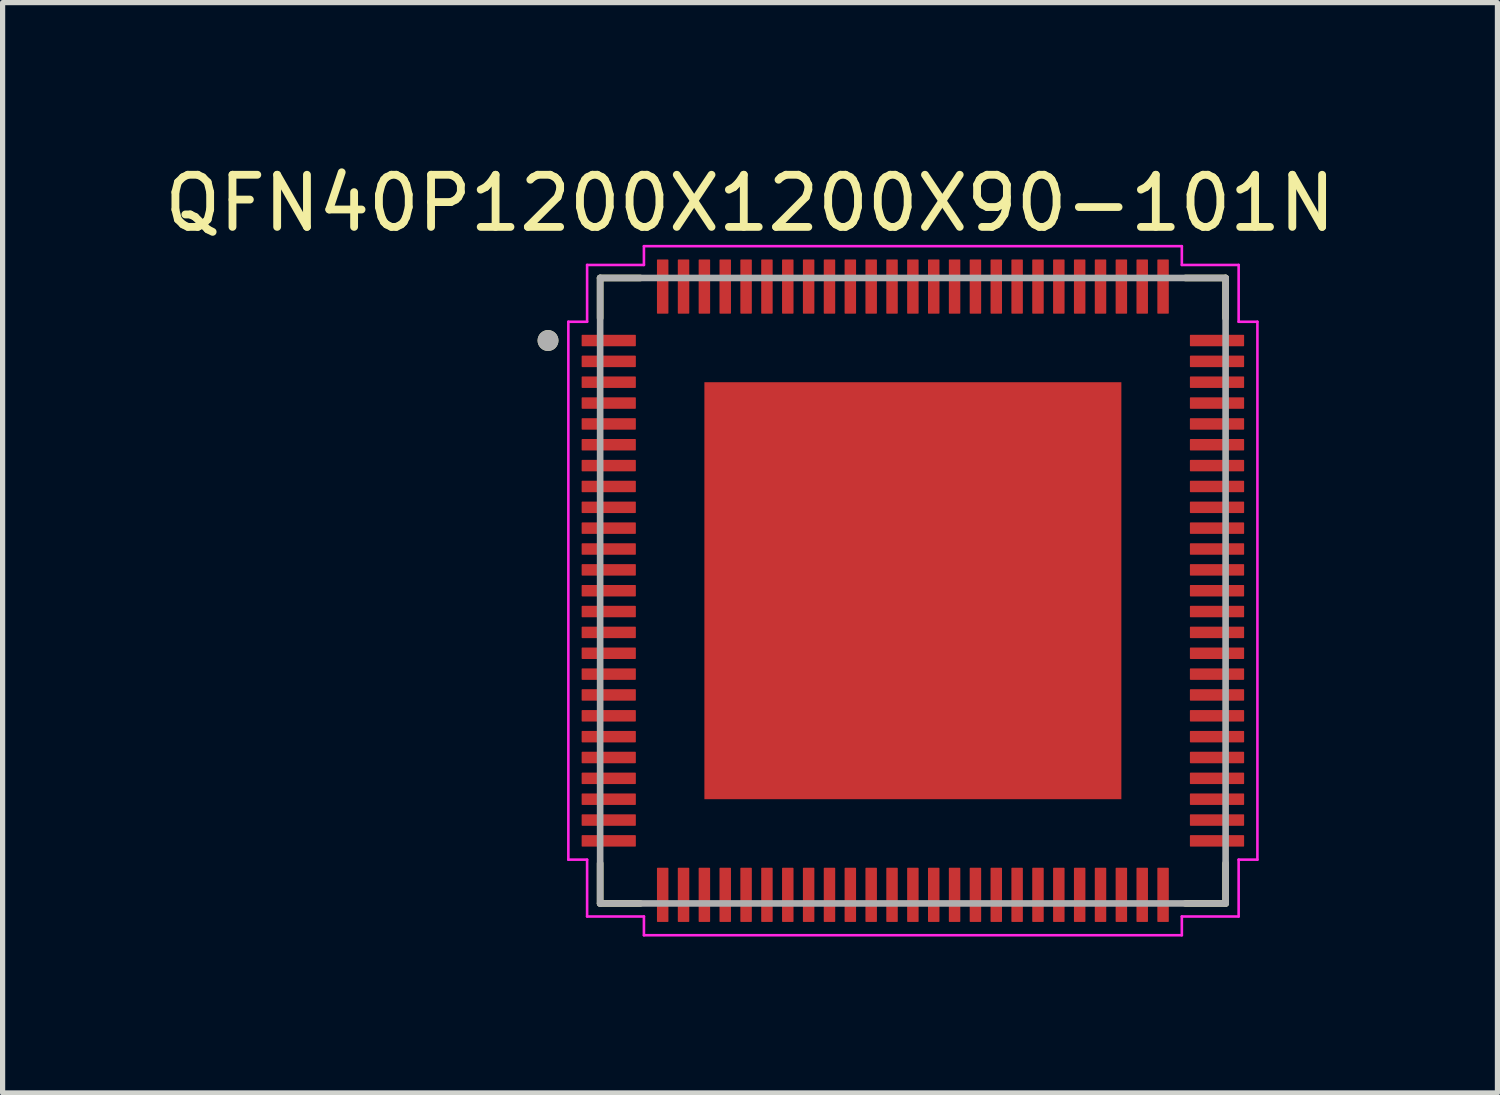
<source format=kicad_pcb>
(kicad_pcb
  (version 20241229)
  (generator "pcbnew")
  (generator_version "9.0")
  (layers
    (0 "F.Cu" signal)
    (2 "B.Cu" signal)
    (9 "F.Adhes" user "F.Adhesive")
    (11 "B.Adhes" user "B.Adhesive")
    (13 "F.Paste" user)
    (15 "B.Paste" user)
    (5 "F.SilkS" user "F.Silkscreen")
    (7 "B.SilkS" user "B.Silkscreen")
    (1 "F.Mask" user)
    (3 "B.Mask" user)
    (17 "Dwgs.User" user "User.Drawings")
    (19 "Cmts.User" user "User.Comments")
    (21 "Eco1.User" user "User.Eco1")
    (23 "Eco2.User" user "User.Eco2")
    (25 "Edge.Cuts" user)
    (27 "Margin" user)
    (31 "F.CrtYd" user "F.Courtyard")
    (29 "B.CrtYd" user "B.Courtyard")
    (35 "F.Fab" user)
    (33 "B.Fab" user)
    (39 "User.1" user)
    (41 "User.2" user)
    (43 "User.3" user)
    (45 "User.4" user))
  (footprint "QFN40P1200X1200X90-101N"
    (layer "F.Cu")
    (at 14.464 8.283)
    (property "Reference" "QFN40P1200X1200X90-101N" (at -3.125 -7.435 0) (layer "F.SilkS") (effects (font (size 1 1) (thickness 0.15))))
    (attr through_hole)
    (fp_line (start -6 -6) (end -5.23 -6) (stroke (width 0.127) (type solid)) (layer "F.SilkS"))
    (fp_line (start -6 -5.23) (end -6 -6) (stroke (width 0.127) (type solid)) (layer "F.SilkS"))
    (fp_line (start -6 6) (end -6 5.23) (stroke (width 0.127) (type solid)) (layer "F.SilkS"))
    (fp_line (start -5.23 6) (end -6 6) (stroke (width 0.127) (type solid)) (layer "F.SilkS"))
    (fp_line (start 5.23 -6) (end 6 -6) (stroke (width 0.127) (type solid)) (layer "F.SilkS"))
    (fp_line (start 6 -6) (end 6 -5.23) (stroke (width 0.127) (type solid)) (layer "F.SilkS"))
    (fp_line (start 6 5.23) (end 6 6) (stroke (width 0.127) (type solid)) (layer "F.SilkS"))
    (fp_line (start 6 6) (end 5.23 6) (stroke (width 0.127) (type solid)) (layer "F.SilkS"))
    (fp_circle (center -7 -4.8) (end -6.9 -4.8) (stroke (width 0.2) (type solid)) (fill no) (layer "F.SilkS"))
    (fp_poly (pts (xy -3.705 -3.705) (xy -2.295 -3.705) (xy -2.295 -2.295) (xy -3.705 -2.295)) (stroke (width 0.01) (type solid)) (fill yes) (layer "F.Paste"))
    (fp_poly (pts (xy -3.705 -1.705) (xy -2.295 -1.705) (xy -2.295 -0.295) (xy -3.705 -0.295)) (stroke (width 0.01) (type solid)) (fill yes) (layer "F.Paste"))
    (fp_poly (pts (xy -3.705 0.295) (xy -2.295 0.295) (xy -2.295 1.705) (xy -3.705 1.705)) (stroke (width 0.01) (type solid)) (fill yes) (layer "F.Paste"))
    (fp_poly (pts (xy -3.705 2.295) (xy -2.295 2.295) (xy -2.295 3.705) (xy -3.705 3.705)) (stroke (width 0.01) (type solid)) (fill yes) (layer "F.Paste"))
    (fp_poly (pts (xy -1.705 -3.705) (xy -0.295 -3.705) (xy -0.295 -2.295) (xy -1.705 -2.295)) (stroke (width 0.01) (type solid)) (fill yes) (layer "F.Paste"))
    (fp_poly (pts (xy -1.705 -1.705) (xy -0.295 -1.705) (xy -0.295 -0.295) (xy -1.705 -0.295)) (stroke (width 0.01) (type solid)) (fill yes) (layer "F.Paste"))
    (fp_poly (pts (xy -1.705 0.295) (xy -0.295 0.295) (xy -0.295 1.705) (xy -1.705 1.705)) (stroke (width 0.01) (type solid)) (fill yes) (layer "F.Paste"))
    (fp_poly (pts (xy -1.705 0.295) (xy -0.295 0.295) (xy -0.295 1.705) (xy -1.705 1.705)) (stroke (width 0.01) (type solid)) (fill yes) (layer "F.Paste"))
    (fp_poly (pts (xy -1.705 2.295) (xy -0.295 2.295) (xy -0.295 3.705) (xy -1.705 3.705)) (stroke (width 0.01) (type solid)) (fill yes) (layer "F.Paste"))
    (fp_poly (pts (xy 0.295 -3.705) (xy 1.705 -3.705) (xy 1.705 -2.295) (xy 0.295 -2.295)) (stroke (width 0.01) (type solid)) (fill yes) (layer "F.Paste"))
    (fp_poly (pts (xy 0.295 -1.705) (xy 1.705 -1.705) (xy 1.705 -0.295) (xy 0.295 -0.295)) (stroke (width 0.01) (type solid)) (fill yes) (layer "F.Paste"))
    (fp_poly (pts (xy 0.295 0.295) (xy 1.705 0.295) (xy 1.705 1.705) (xy 0.295 1.705)) (stroke (width 0.01) (type solid)) (fill yes) (layer "F.Paste"))
    (fp_poly (pts (xy 0.295 2.295) (xy 1.705 2.295) (xy 1.705 3.705) (xy 0.295 3.705)) (stroke (width 0.01) (type solid)) (fill yes) (layer "F.Paste"))
    (fp_poly (pts (xy 2.295 -3.705) (xy 3.705 -3.705) (xy 3.705 -2.295) (xy 2.295 -2.295)) (stroke (width 0.01) (type solid)) (fill yes) (layer "F.Paste"))
    (fp_poly (pts (xy 2.295 -1.705) (xy 3.705 -1.705) (xy 3.705 -0.295) (xy 2.295 -0.295)) (stroke (width 0.01) (type solid)) (fill yes) (layer "F.Paste"))
    (fp_poly (pts (xy 2.295 0.295) (xy 3.705 0.295) (xy 3.705 1.705) (xy 2.295 1.705)) (stroke (width 0.01) (type solid)) (fill yes) (layer "F.Paste"))
    (fp_poly (pts (xy 2.295 2.295) (xy 3.705 2.295) (xy 3.705 3.705) (xy 2.295 3.705)) (stroke (width 0.01) (type solid)) (fill yes) (layer "F.Paste"))
    (fp_line (start -6.61 -5.16) (end -6.25 -5.16) (stroke (width 0.05) (type solid)) (layer "F.CrtYd"))
    (fp_line (start -6.61 5.16) (end -6.61 -5.16) (stroke (width 0.05) (type solid)) (layer "F.CrtYd"))
    (fp_line (start -6.25 -6.25) (end -5.16 -6.25) (stroke (width 0.05) (type solid)) (layer "F.CrtYd"))
    (fp_line (start -6.25 -5.16) (end -6.25 -6.25) (stroke (width 0.05) (type solid)) (layer "F.CrtYd"))
    (fp_line (start -6.25 5.16) (end -6.61 5.16) (stroke (width 0.05) (type solid)) (layer "F.CrtYd"))
    (fp_line (start -6.25 6.25) (end -6.25 5.16) (stroke (width 0.05) (type solid)) (layer "F.CrtYd"))
    (fp_line (start -5.16 -6.61) (end 5.16 -6.61) (stroke (width 0.05) (type solid)) (layer "F.CrtYd"))
    (fp_line (start -5.16 -6.25) (end -5.16 -6.61) (stroke (width 0.05) (type solid)) (layer "F.CrtYd"))
    (fp_line (start -5.16 6.25) (end -6.25 6.25) (stroke (width 0.05) (type solid)) (layer "F.CrtYd"))
    (fp_line (start -5.16 6.61) (end -5.16 6.25) (stroke (width 0.05) (type solid)) (layer "F.CrtYd"))
    (fp_line (start 5.16 -6.61) (end 5.16 -6.25) (stroke (width 0.05) (type solid)) (layer "F.CrtYd"))
    (fp_line (start 5.16 -6.25) (end 6.25 -6.25) (stroke (width 0.05) (type solid)) (layer "F.CrtYd"))
    (fp_line (start 5.16 6.25) (end 5.16 6.61) (stroke (width 0.05) (type solid)) (layer "F.CrtYd"))
    (fp_line (start 5.16 6.61) (end -5.16 6.61) (stroke (width 0.05) (type solid)) (layer "F.CrtYd"))
    (fp_line (start 6.25 -6.25) (end 6.25 -5.16) (stroke (width 0.05) (type solid)) (layer "F.CrtYd"))
    (fp_line (start 6.25 -5.16) (end 6.61 -5.16) (stroke (width 0.05) (type solid)) (layer "F.CrtYd"))
    (fp_line (start 6.25 5.16) (end 6.25 6.25) (stroke (width 0.05) (type solid)) (layer "F.CrtYd"))
    (fp_line (start 6.25 6.25) (end 5.16 6.25) (stroke (width 0.05) (type solid)) (layer "F.CrtYd"))
    (fp_line (start 6.61 -5.16) (end 6.61 5.16) (stroke (width 0.05) (type solid)) (layer "F.CrtYd"))
    (fp_line (start 6.61 5.16) (end 6.25 5.16) (stroke (width 0.05) (type solid)) (layer "F.CrtYd"))
    (fp_line (start -6 -6) (end 6 -6) (stroke (width 0.127) (type solid)) (layer "F.Fab"))
    (fp_line (start -6 6) (end -6 -6) (stroke (width 0.127) (type solid)) (layer "F.Fab"))
    (fp_line (start 6 -6) (end 6 6) (stroke (width 0.127) (type solid)) (layer "F.Fab"))
    (fp_line (start 6 6) (end -6 6) (stroke (width 0.127) (type solid)) (layer "F.Fab"))
    (fp_circle (center -7 -4.8) (end -6.9 -4.8) (stroke (width 0.2) (type solid)) (fill no) (layer "F.Fab"))
    (pad "1" smd roundrect (at -5.835 -4.8) (size 1.04 0.22) (layers "F.Cu" "F.Mask" "F.Paste") (roundrect_rratio 0.06))
    (pad "2" smd roundrect (at -5.835 -4.4) (size 1.04 0.22) (layers "F.Cu" "F.Mask" "F.Paste") (roundrect_rratio 0.06))
    (pad "3" smd roundrect (at -5.835 -4) (size 1.04 0.22) (layers "F.Cu" "F.Mask" "F.Paste") (roundrect_rratio 0.06))
    (pad "4" smd roundrect (at -5.835 -3.6) (size 1.04 0.22) (layers "F.Cu" "F.Mask" "F.Paste") (roundrect_rratio 0.06))
    (pad "5" smd roundrect (at -5.835 -3.2) (size 1.04 0.22) (layers "F.Cu" "F.Mask" "F.Paste") (roundrect_rratio 0.06))
    (pad "6" smd roundrect (at -5.835 -2.8) (size 1.04 0.22) (layers "F.Cu" "F.Mask" "F.Paste") (roundrect_rratio 0.06))
    (pad "7" smd roundrect (at -5.835 -2.4) (size 1.04 0.22) (layers "F.Cu" "F.Mask" "F.Paste") (roundrect_rratio 0.06))
    (pad "8" smd roundrect (at -5.835 -2) (size 1.04 0.22) (layers "F.Cu" "F.Mask" "F.Paste") (roundrect_rratio 0.06))
    (pad "9" smd roundrect (at -5.835 -1.6) (size 1.04 0.22) (layers "F.Cu" "F.Mask" "F.Paste") (roundrect_rratio 0.06))
    (pad "10" smd roundrect (at -5.835 -1.2) (size 1.04 0.22) (layers "F.Cu" "F.Mask" "F.Paste") (roundrect_rratio 0.06))
    (pad "11" smd roundrect (at -5.835 -0.8) (size 1.04 0.22) (layers "F.Cu" "F.Mask" "F.Paste") (roundrect_rratio 0.06))
    (pad "12" smd roundrect (at -5.835 -0.4) (size 1.04 0.22) (layers "F.Cu" "F.Mask" "F.Paste") (roundrect_rratio 0.06))
    (pad "13" smd roundrect (at -5.835 0) (size 1.04 0.22) (layers "F.Cu" "F.Mask" "F.Paste") (roundrect_rratio 0.06))
    (pad "14" smd roundrect (at -5.835 0.4) (size 1.04 0.22) (layers "F.Cu" "F.Mask" "F.Paste") (roundrect_rratio 0.06))
    (pad "15" smd roundrect (at -5.835 0.8) (size 1.04 0.22) (layers "F.Cu" "F.Mask" "F.Paste") (roundrect_rratio 0.06))
    (pad "16" smd roundrect (at -5.835 1.2) (size 1.04 0.22) (layers "F.Cu" "F.Mask" "F.Paste") (roundrect_rratio 0.06))
    (pad "17" smd roundrect (at -5.835 1.6) (size 1.04 0.22) (layers "F.Cu" "F.Mask" "F.Paste") (roundrect_rratio 0.06))
    (pad "18" smd roundrect (at -5.835 2) (size 1.04 0.22) (layers "F.Cu" "F.Mask" "F.Paste") (roundrect_rratio 0.06))
    (pad "19" smd roundrect (at -5.835 2.4) (size 1.04 0.22) (layers "F.Cu" "F.Mask" "F.Paste") (roundrect_rratio 0.06))
    (pad "20" smd roundrect (at -5.835 2.8) (size 1.04 0.22) (layers "F.Cu" "F.Mask" "F.Paste") (roundrect_rratio 0.06))
    (pad "21" smd roundrect (at -5.835 3.2) (size 1.04 0.22) (layers "F.Cu" "F.Mask" "F.Paste") (roundrect_rratio 0.06))
    (pad "22" smd roundrect (at -5.835 3.6) (size 1.04 0.22) (layers "F.Cu" "F.Mask" "F.Paste") (roundrect_rratio 0.06))
    (pad "23" smd roundrect (at -5.835 4) (size 1.04 0.22) (layers "F.Cu" "F.Mask" "F.Paste") (roundrect_rratio 0.06))
    (pad "24" smd roundrect (at -5.835 4.4) (size 1.04 0.22) (layers "F.Cu" "F.Mask" "F.Paste") (roundrect_rratio 0.06))
    (pad "25" smd roundrect (at -5.835 4.8) (size 1.04 0.22) (layers "F.Cu" "F.Mask" "F.Paste") (roundrect_rratio 0.06))
    (pad "26" smd roundrect (at -4.8 5.835) (size 0.22 1.04) (layers "F.Cu" "F.Mask" "F.Paste") (roundrect_rratio 0.06))
    (pad "27" smd roundrect (at -4.4 5.835) (size 0.22 1.04) (layers "F.Cu" "F.Mask" "F.Paste") (roundrect_rratio 0.06))
    (pad "28" smd roundrect (at -4 5.835) (size 0.22 1.04) (layers "F.Cu" "F.Mask" "F.Paste") (roundrect_rratio 0.06))
    (pad "29" smd roundrect (at -3.6 5.835) (size 0.22 1.04) (layers "F.Cu" "F.Mask" "F.Paste") (roundrect_rratio 0.06))
    (pad "30" smd roundrect (at -3.2 5.835) (size 0.22 1.04) (layers "F.Cu" "F.Mask" "F.Paste") (roundrect_rratio 0.06))
    (pad "31" smd roundrect (at -2.8 5.835) (size 0.22 1.04) (layers "F.Cu" "F.Mask" "F.Paste") (roundrect_rratio 0.06))
    (pad "32" smd roundrect (at -2.4 5.835) (size 0.22 1.04) (layers "F.Cu" "F.Mask" "F.Paste") (roundrect_rratio 0.06))
    (pad "33" smd roundrect (at -2 5.835) (size 0.22 1.04) (layers "F.Cu" "F.Mask" "F.Paste") (roundrect_rratio 0.06))
    (pad "34" smd roundrect (at -1.6 5.835) (size 0.22 1.04) (layers "F.Cu" "F.Mask" "F.Paste") (roundrect_rratio 0.06))
    (pad "35" smd roundrect (at -1.2 5.835) (size 0.22 1.04) (layers "F.Cu" "F.Mask" "F.Paste") (roundrect_rratio 0.06))
    (pad "36" smd roundrect (at -0.8 5.835) (size 0.22 1.04) (layers "F.Cu" "F.Mask" "F.Paste") (roundrect_rratio 0.06))
    (pad "37" smd roundrect (at -0.4 5.835) (size 0.22 1.04) (layers "F.Cu" "F.Mask" "F.Paste") (roundrect_rratio 0.06))
    (pad "38" smd roundrect (at 0 5.835) (size 0.22 1.04) (layers "F.Cu" "F.Mask" "F.Paste") (roundrect_rratio 0.06))
    (pad "39" smd roundrect (at 0.4 5.835) (size 0.22 1.04) (layers "F.Cu" "F.Mask" "F.Paste") (roundrect_rratio 0.06))
    (pad "40" smd roundrect (at 0.8 5.835) (size 0.22 1.04) (layers "F.Cu" "F.Mask" "F.Paste") (roundrect_rratio 0.06))
    (pad "41" smd roundrect (at 1.2 5.835) (size 0.22 1.04) (layers "F.Cu" "F.Mask" "F.Paste") (roundrect_rratio 0.06))
    (pad "42" smd roundrect (at 1.6 5.835) (size 0.22 1.04) (layers "F.Cu" "F.Mask" "F.Paste") (roundrect_rratio 0.06))
    (pad "43" smd roundrect (at 2 5.835) (size 0.22 1.04) (layers "F.Cu" "F.Mask" "F.Paste") (roundrect_rratio 0.06))
    (pad "44" smd roundrect (at 2.4 5.835) (size 0.22 1.04) (layers "F.Cu" "F.Mask" "F.Paste") (roundrect_rratio 0.06))
    (pad "45" smd roundrect (at 2.8 5.835) (size 0.22 1.04) (layers "F.Cu" "F.Mask" "F.Paste") (roundrect_rratio 0.06))
    (pad "46" smd roundrect (at 3.2 5.835) (size 0.22 1.04) (layers "F.Cu" "F.Mask" "F.Paste") (roundrect_rratio 0.06))
    (pad "47" smd roundrect (at 3.6 5.835) (size 0.22 1.04) (layers "F.Cu" "F.Mask" "F.Paste") (roundrect_rratio 0.06))
    (pad "48" smd roundrect (at 4 5.835) (size 0.22 1.04) (layers "F.Cu" "F.Mask" "F.Paste") (roundrect_rratio 0.06))
    (pad "49" smd roundrect (at 4.4 5.835) (size 0.22 1.04) (layers "F.Cu" "F.Mask" "F.Paste") (roundrect_rratio 0.06))
    (pad "50" smd roundrect (at 4.8 5.835) (size 0.22 1.04) (layers "F.Cu" "F.Mask" "F.Paste") (roundrect_rratio 0.06))
    (pad "51" smd roundrect (at 5.835 4.8) (size 1.04 0.22) (layers "F.Cu" "F.Mask" "F.Paste") (roundrect_rratio 0.06))
    (pad "52" smd roundrect (at 5.835 4.4) (size 1.04 0.22) (layers "F.Cu" "F.Mask" "F.Paste") (roundrect_rratio 0.06))
    (pad "53" smd roundrect (at 5.835 4) (size 1.04 0.22) (layers "F.Cu" "F.Mask" "F.Paste") (roundrect_rratio 0.06))
    (pad "54" smd roundrect (at 5.835 3.6) (size 1.04 0.22) (layers "F.Cu" "F.Mask" "F.Paste") (roundrect_rratio 0.06))
    (pad "55" smd roundrect (at 5.835 3.2) (size 1.04 0.22) (layers "F.Cu" "F.Mask" "F.Paste") (roundrect_rratio 0.06))
    (pad "56" smd roundrect (at 5.835 2.8) (size 1.04 0.22) (layers "F.Cu" "F.Mask" "F.Paste") (roundrect_rratio 0.06))
    (pad "57" smd roundrect (at 5.835 2.4) (size 1.04 0.22) (layers "F.Cu" "F.Mask" "F.Paste") (roundrect_rratio 0.06))
    (pad "58" smd roundrect (at 5.835 2) (size 1.04 0.22) (layers "F.Cu" "F.Mask" "F.Paste") (roundrect_rratio 0.06))
    (pad "59" smd roundrect (at 5.835 1.6) (size 1.04 0.22) (layers "F.Cu" "F.Mask" "F.Paste") (roundrect_rratio 0.06))
    (pad "60" smd roundrect (at 5.835 1.2) (size 1.04 0.22) (layers "F.Cu" "F.Mask" "F.Paste") (roundrect_rratio 0.06))
    (pad "61" smd roundrect (at 5.835 0.8) (size 1.04 0.22) (layers "F.Cu" "F.Mask" "F.Paste") (roundrect_rratio 0.06))
    (pad "62" smd roundrect (at 5.835 0.4) (size 1.04 0.22) (layers "F.Cu" "F.Mask" "F.Paste") (roundrect_rratio 0.06))
    (pad "63" smd roundrect (at 5.835 0) (size 1.04 0.22) (layers "F.Cu" "F.Mask" "F.Paste") (roundrect_rratio 0.06))
    (pad "64" smd roundrect (at 5.835 -0.4) (size 1.04 0.22) (layers "F.Cu" "F.Mask" "F.Paste") (roundrect_rratio 0.06))
    (pad "65" smd roundrect (at 5.835 -0.8) (size 1.04 0.22) (layers "F.Cu" "F.Mask" "F.Paste") (roundrect_rratio 0.06))
    (pad "66" smd roundrect (at 5.835 -1.2) (size 1.04 0.22) (layers "F.Cu" "F.Mask" "F.Paste") (roundrect_rratio 0.06))
    (pad "67" smd roundrect (at 5.835 -1.6) (size 1.04 0.22) (layers "F.Cu" "F.Mask" "F.Paste") (roundrect_rratio 0.06))
    (pad "68" smd roundrect (at 5.835 -2) (size 1.04 0.22) (layers "F.Cu" "F.Mask" "F.Paste") (roundrect_rratio 0.06))
    (pad "69" smd roundrect (at 5.835 -2.4) (size 1.04 0.22) (layers "F.Cu" "F.Mask" "F.Paste") (roundrect_rratio 0.06))
    (pad "70" smd roundrect (at 5.835 -2.8) (size 1.04 0.22) (layers "F.Cu" "F.Mask" "F.Paste") (roundrect_rratio 0.06))
    (pad "71" smd roundrect (at 5.835 -3.2) (size 1.04 0.22) (layers "F.Cu" "F.Mask" "F.Paste") (roundrect_rratio 0.06))
    (pad "72" smd roundrect (at 5.835 -3.6) (size 1.04 0.22) (layers "F.Cu" "F.Mask" "F.Paste") (roundrect_rratio 0.06))
    (pad "73" smd roundrect (at 5.835 -4) (size 1.04 0.22) (layers "F.Cu" "F.Mask" "F.Paste") (roundrect_rratio 0.06))
    (pad "74" smd roundrect (at 5.835 -4.4) (size 1.04 0.22) (layers "F.Cu" "F.Mask" "F.Paste") (roundrect_rratio 0.06))
    (pad "75" smd roundrect (at 5.835 -4.8) (size 1.04 0.22) (layers "F.Cu" "F.Mask" "F.Paste") (roundrect_rratio 0.06))
    (pad "76" smd roundrect (at 4.8 -5.835) (size 0.22 1.04) (layers "F.Cu" "F.Mask" "F.Paste") (roundrect_rratio 0.06))
    (pad "77" smd roundrect (at 4.4 -5.835) (size 0.22 1.04) (layers "F.Cu" "F.Mask" "F.Paste") (roundrect_rratio 0.06))
    (pad "78" smd roundrect (at 4 -5.835) (size 0.22 1.04) (layers "F.Cu" "F.Mask" "F.Paste") (roundrect_rratio 0.06))
    (pad "79" smd roundrect (at 3.6 -5.835) (size 0.22 1.04) (layers "F.Cu" "F.Mask" "F.Paste") (roundrect_rratio 0.06))
    (pad "80" smd roundrect (at 3.2 -5.835) (size 0.22 1.04) (layers "F.Cu" "F.Mask" "F.Paste") (roundrect_rratio 0.06))
    (pad "81" smd roundrect (at 2.8 -5.835) (size 0.22 1.04) (layers "F.Cu" "F.Mask" "F.Paste") (roundrect_rratio 0.06))
    (pad "82" smd roundrect (at 2.4 -5.835) (size 0.22 1.04) (layers "F.Cu" "F.Mask" "F.Paste") (roundrect_rratio 0.06))
    (pad "83" smd roundrect (at 2 -5.835) (size 0.22 1.04) (layers "F.Cu" "F.Mask" "F.Paste") (roundrect_rratio 0.06))
    (pad "84" smd roundrect (at 1.6 -5.835) (size 0.22 1.04) (layers "F.Cu" "F.Mask" "F.Paste") (roundrect_rratio 0.06))
    (pad "85" smd roundrect (at 1.2 -5.835) (size 0.22 1.04) (layers "F.Cu" "F.Mask" "F.Paste") (roundrect_rratio 0.06))
    (pad "86" smd roundrect (at 0.8 -5.835) (size 0.22 1.04) (layers "F.Cu" "F.Mask" "F.Paste") (roundrect_rratio 0.06))
    (pad "87" smd roundrect (at 0.4 -5.835) (size 0.22 1.04) (layers "F.Cu" "F.Mask" "F.Paste") (roundrect_rratio 0.06))
    (pad "88" smd roundrect (at 0 -5.835) (size 0.22 1.04) (layers "F.Cu" "F.Mask" "F.Paste") (roundrect_rratio 0.06))
    (pad "89" smd roundrect (at -0.4 -5.835) (size 0.22 1.04) (layers "F.Cu" "F.Mask" "F.Paste") (roundrect_rratio 0.06))
    (pad "90" smd roundrect (at -0.8 -5.835) (size 0.22 1.04) (layers "F.Cu" "F.Mask" "F.Paste") (roundrect_rratio 0.06))
    (pad "91" smd roundrect (at -1.2 -5.835) (size 0.22 1.04) (layers "F.Cu" "F.Mask" "F.Paste") (roundrect_rratio 0.06))
    (pad "92" smd roundrect (at -1.6 -5.835) (size 0.22 1.04) (layers "F.Cu" "F.Mask" "F.Paste") (roundrect_rratio 0.06))
    (pad "93" smd roundrect (at -2 -5.835) (size 0.22 1.04) (layers "F.Cu" "F.Mask" "F.Paste") (roundrect_rratio 0.06))
    (pad "94" smd roundrect (at -2.4 -5.835) (size 0.22 1.04) (layers "F.Cu" "F.Mask" "F.Paste") (roundrect_rratio 0.06))
    (pad "95" smd roundrect (at -2.8 -5.835) (size 0.22 1.04) (layers "F.Cu" "F.Mask" "F.Paste") (roundrect_rratio 0.06))
    (pad "96" smd roundrect (at -3.2 -5.835) (size 0.22 1.04) (layers "F.Cu" "F.Mask" "F.Paste") (roundrect_rratio 0.06))
    (pad "97" smd roundrect (at -3.6 -5.835) (size 0.22 1.04) (layers "F.Cu" "F.Mask" "F.Paste") (roundrect_rratio 0.06))
    (pad "98" smd roundrect (at -4 -5.835) (size 0.22 1.04) (layers "F.Cu" "F.Mask" "F.Paste") (roundrect_rratio 0.06))
    (pad "99" smd roundrect (at -4.4 -5.835) (size 0.22 1.04) (layers "F.Cu" "F.Mask" "F.Paste") (roundrect_rratio 0.06))
    (pad "100" smd roundrect (at -4.8 -5.835) (size 0.22 1.04) (layers "F.Cu" "F.Mask" "F.Paste") (roundrect_rratio 0.06))
    (pad "101" smd rect (at 0 0) (size 8 8) (layers "F.Cu" "F.Mask")))
  (gr_rect
    (start -3 -3)
    (end 25.679 17.918)
    (stroke (width 0.1) (type default))
    (fill no)
    (layer "Edge.Cuts")))
</source>
